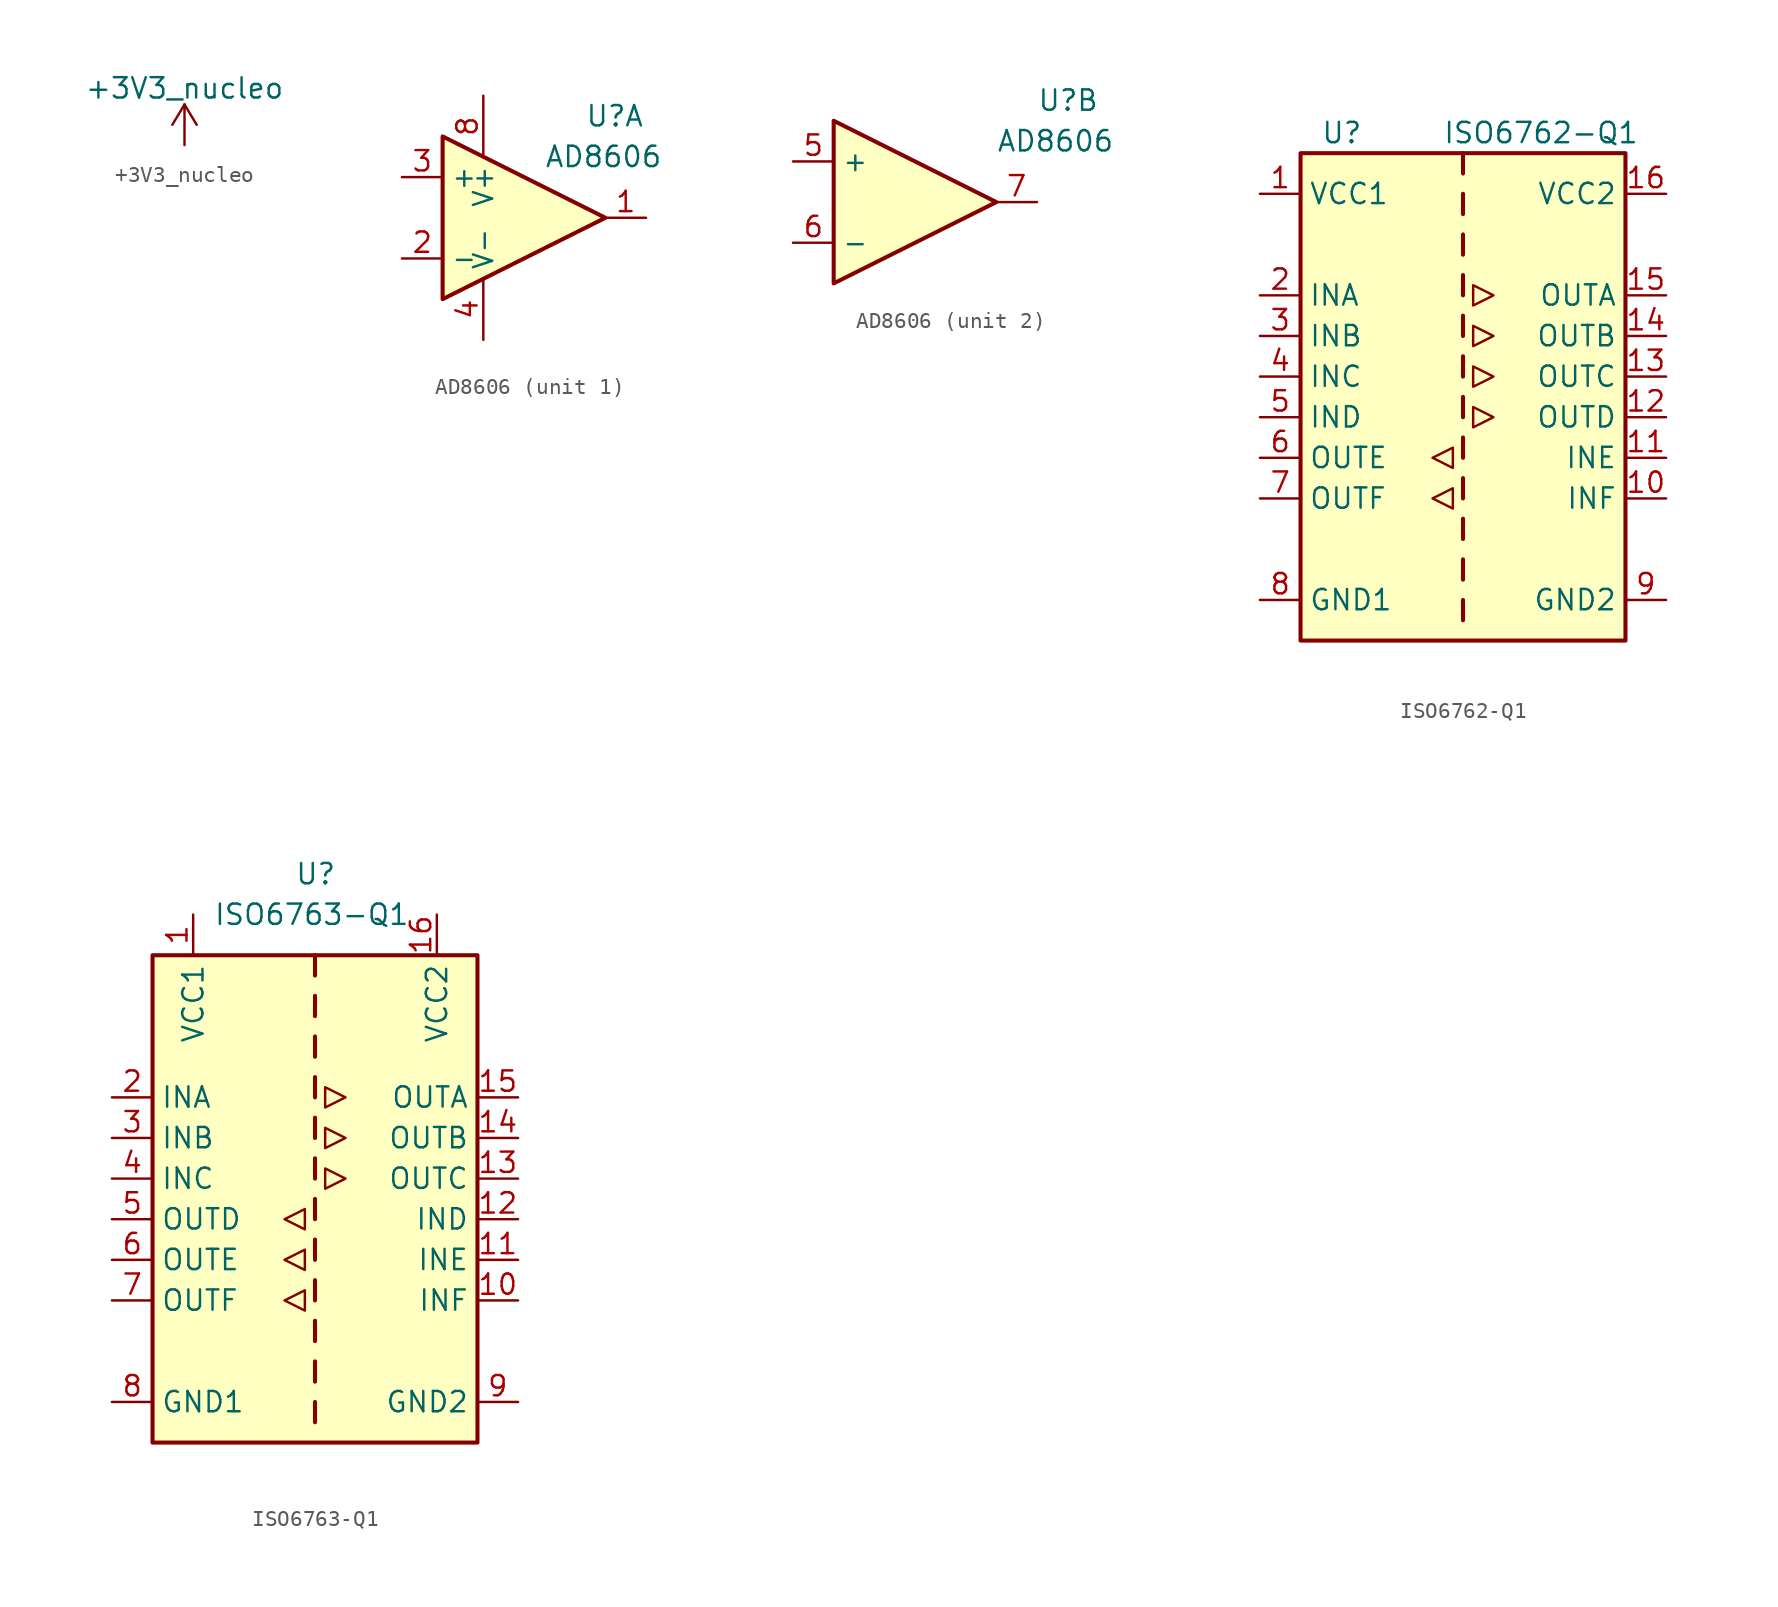
<source format=kicad_sym>
(kicad_symbol_lib
  (version 20220914)
  (generator kicad_symbol_editor)
  (symbol "+3V3_nucleo"
    (power)
    (pin_names
      (offset 0))
    (property "Reference" "#PWR"
      (at 0 -3.81 0)
      (effects (font (size 1.27 1.27)) hide))
    (property "Value" "+3V3_nucleo"
      (at 0 3.556 0)
      (effects (font (size 1.27 1.27))))
    (symbol "+3V3_nucleo_0_1"
      (polyline (pts (xy -0.762 1.27) (xy 0 2.54)) (stroke (width 0) (type default)) (fill (type none)))
      (polyline (pts (xy 0 0) (xy 0 2.54)) (stroke (width 0) (type default)) (fill (type none)))
      (polyline (pts (xy 0 2.54) (xy 0.762 1.27)) (stroke (width 0) (type default)) (fill (type none))))
    (symbol "+3V3_nucleo_1_1"
      (pin power_in line (at 0 0 90) (length 0) hide (name "+3.3V" (effects (font (size 1.27 1.27)))) (number "1" (effects (font (size 1.27 1.27)))))))
  (symbol "AD8606"
    (property "Reference" "U"
      (at 7.62 6.35 0)
      (effects (font (size 1.27 1.27)) (justify left)))
    (property "Value" "AD8606"
      (at 5.08 3.81 0)
      (effects (font (size 1.27 1.27)) (justify left)))
    (property "ki_locked" ""
      (at 0 0 0)
      (effects (font (size 1.27 1.27))))
    (symbol "AD8606_1_1"
      (polyline (pts (xy -1.27 5.08) (xy 8.89 0) (xy -1.27 -5.08) (xy -1.27 5.08)) (stroke (width 0.254) (type default)) (fill (type background)))
      (pin output line (at 11.43 0 180) (length 2.54) (name "~" (effects (font (size 1.27 1.27)))) (number "1" (effects (font (size 1.27 1.27)))))
      (pin input line (at -3.81 -2.54 0) (length 2.54) (name "-" (effects (font (size 1.2 1.2)))) (number "2" (effects (font (size 1.27 1.27)))))
      (pin input line (at -3.81 2.54 0) (length 2.54) (name "+" (effects (font (size 1.2 1.2)))) (number "3" (effects (font (size 1.27 1.27)))))
      (pin power_in line (at 1.27 -7.62 90) (length 3.81) (name "V-" (effects (font (size 1.2 1.2)))) (number "4" (effects (font (size 1.27 1.27)))))
      (pin power_in line (at 1.27 7.62 270) (length 3.81) (name "V+" (effects (font (size 1.2 1.2)))) (number "8" (effects (font (size 1.27 1.27))))))
    (symbol "AD8606_2_1"
      (polyline (pts (xy -5.08 5.08) (xy 5.08 0) (xy -5.08 -5.08) (xy -5.08 5.08)) (stroke (width 0.254) (type default)) (fill (type background)))
      (pin input line (at -7.62 2.54 0) (length 2.54) (name "+" (effects (font (size 1.2 1.2)))) (number "5" (effects (font (size 1.27 1.27)))))
      (pin input line (at -7.62 -2.54 0) (length 2.54) (name "-" (effects (font (size 1.2 1.2)))) (number "6" (effects (font (size 1.27 1.27)))))
      (pin output line (at 7.62 0 180) (length 2.54) (name "~" (effects (font (size 1.27 1.27)))) (number "7" (effects (font (size 1.27 1.27)))))))
  (symbol "ISO6762-Q1"
    (property "Reference" "U"
      (at -8.89 16.51 0)
      (effects (font (size 1.27 1.27)) (justify left)))
    (property "Value" "ISO6762-Q1"
      (at -1.27 16.51 0)
      (effects (font (size 1.27 1.27)) (justify left)))
    (symbol "ISO6762-Q1_0_1"
      (polyline (pts (xy -1.905 -3.81) (xy -0.635 -3.175) (xy -0.635 -4.445) (xy -1.905 -3.81)) (stroke (width 0) (type default)) (fill (type none)))
      (polyline (pts (xy -0.635 -5.715) (xy -0.635 -6.985) (xy -1.905 -6.35) (xy -0.635 -5.715)) (stroke (width 0) (type default)) (fill (type none)))
      (polyline (pts (xy 0.635 4.445) (xy 0.635 3.175) (xy 1.905 3.81) (xy 0.635 4.445)) (stroke (width 0) (type default)) (fill (type none)))
      (polyline (pts (xy 0.635 6.985) (xy 0.635 5.715) (xy 1.905 6.35) (xy 0.635 6.985)) (stroke (width 0) (type default)) (fill (type none)))
      (polyline (pts (xy 1.905 -1.27) (xy 0.635 -0.635) (xy 0.635 -1.905) (xy 1.905 -1.27)) (stroke (width 0) (type default)) (fill (type none)))
      (polyline (pts (xy 1.905 1.27) (xy 0.635 0.635) (xy 0.635 1.905) (xy 1.905 1.27)) (stroke (width 0) (type default)) (fill (type none))))
    (symbol "ISO6762-Q1_1_1"
      (rectangle (start -10.16 15.24) (end 10.16 -15.24) (stroke (width 0.254) (type default)) (fill (type background)))
      (polyline (pts (xy 0 -12.7) (xy 0 -13.97)) (stroke (width 0.254) (type default)) (fill (type none)))
      (polyline (pts (xy 0 -10.16) (xy 0 -11.43)) (stroke (width 0.254) (type default)) (fill (type none)))
      (polyline (pts (xy 0 -7.62) (xy 0 -8.89)) (stroke (width 0.254) (type default)) (fill (type none)))
      (polyline (pts (xy 0 -5.08) (xy 0 -6.35)) (stroke (width 0.254) (type default)) (fill (type none)))
      (polyline (pts (xy 0 -2.54) (xy 0 -3.81)) (stroke (width 0.254) (type default)) (fill (type none)))
      (polyline (pts (xy 0 0) (xy 0 -1.27)) (stroke (width 0.254) (type default)) (fill (type none)))
      (polyline (pts (xy 0 2.54) (xy 0 1.27)) (stroke (width 0.254) (type default)) (fill (type none)))
      (polyline (pts (xy 0 5.08) (xy 0 3.81)) (stroke (width 0.254) (type default)) (fill (type none)))
      (polyline (pts (xy 0 7.62) (xy 0 6.35)) (stroke (width 0.254) (type default)) (fill (type none)))
      (polyline (pts (xy 0 10.16) (xy 0 8.89)) (stroke (width 0.254) (type default)) (fill (type none)))
      (polyline (pts (xy 0 12.7) (xy 0 11.43)) (stroke (width 0.254) (type default)) (fill (type none)))
      (polyline (pts (xy 0 15.24) (xy 0 13.97)) (stroke (width 0.254) (type default)) (fill (type none)))
      (pin power_in line (at -12.7 12.7 0) (length 2.54) (name "VCC1" (effects (font (size 1.27 1.27)))) (number "1" (effects (font (size 1.27 1.27)))))
      (pin output line (at 12.7 -6.35 180) (length 2.54) (name "INF" (effects (font (size 1.27 1.27)))) (number "10" (effects (font (size 1.27 1.27)))))
      (pin input line (at 12.7 -3.81 180) (length 2.54) (name "INE" (effects (font (size 1.27 1.27)))) (number "11" (effects (font (size 1.27 1.27)))))
      (pin output line (at 12.7 -1.27 180) (length 2.54) (name "OUTD" (effects (font (size 1.27 1.27)))) (number "12" (effects (font (size 1.27 1.27)))))
      (pin output line (at 12.7 1.27 180) (length 2.54) (name "OUTC" (effects (font (size 1.27 1.27)))) (number "13" (effects (font (size 1.27 1.27)))))
      (pin output line (at 12.7 3.81 180) (length 2.54) (name "OUTB" (effects (font (size 1.27 1.27)))) (number "14" (effects (font (size 1.27 1.27)))))
      (pin output line (at 12.7 6.35 180) (length 2.54) (name "OUTA" (effects (font (size 1.27 1.27)))) (number "15" (effects (font (size 1.27 1.27)))))
      (pin power_in line (at 12.7 12.7 180) (length 2.54) (name "VCC2" (effects (font (size 1.27 1.27)))) (number "16" (effects (font (size 1.27 1.27)))))
      (pin input line (at -12.7 6.35 0) (length 2.54) (name "INA" (effects (font (size 1.27 1.27)))) (number "2" (effects (font (size 1.27 1.27)))))
      (pin input line (at -12.7 3.81 0) (length 2.54) (name "INB" (effects (font (size 1.27 1.27)))) (number "3" (effects (font (size 1.27 1.27)))))
      (pin input line (at -12.7 1.27 0) (length 2.54) (name "INC" (effects (font (size 1.27 1.27)))) (number "4" (effects (font (size 1.27 1.27)))))
      (pin input line (at -12.7 -1.27 0) (length 2.54) (name "IND" (effects (font (size 1.27 1.27)))) (number "5" (effects (font (size 1.27 1.27)))))
      (pin output line (at -12.7 -3.81 0) (length 2.54) (name "OUTE" (effects (font (size 1.27 1.27)))) (number "6" (effects (font (size 1.27 1.27)))))
      (pin input line (at -12.7 -6.35 0) (length 2.54) (name "OUTF" (effects (font (size 1.27 1.27)))) (number "7" (effects (font (size 1.27 1.27)))))
      (pin power_in line (at -12.7 -12.7 0) (length 2.54) (name "GND1" (effects (font (size 1.27 1.27)))) (number "8" (effects (font (size 1.27 1.27)))))
      (pin power_in line (at 12.7 -12.7 180) (length 2.54) (name "GND2" (effects (font (size 1.27 1.27)))) (number "9" (effects (font (size 1.27 1.27)))))))
  (symbol "ISO6763-Q1"
    (property "Reference" "U"
      (at -1.27 20.32 0)
      (effects (font (size 1.27 1.27)) (justify left)))
    (property "Value" "ISO6763-Q1"
      (at -6.35 17.78 0)
      (effects (font (size 1.27 1.27)) (justify left)))
    (symbol "ISO6763-Q1_0_1"
      (polyline (pts (xy -1.905 -3.81) (xy -0.635 -3.175) (xy -0.635 -4.445) (xy -1.905 -3.81)) (stroke (width 0) (type default)) (fill (type none)))
      (polyline (pts (xy -1.905 -1.27) (xy -0.635 -1.905) (xy -0.635 -0.635) (xy -1.905 -1.27)) (stroke (width 0) (type default)) (fill (type none)))
      (polyline (pts (xy -0.635 -5.715) (xy -0.635 -6.985) (xy -1.905 -6.35) (xy -0.635 -5.715)) (stroke (width 0) (type default)) (fill (type none)))
      (polyline (pts (xy 0.635 4.445) (xy 0.635 3.175) (xy 1.905 3.81) (xy 0.635 4.445)) (stroke (width 0) (type default)) (fill (type none)))
      (polyline (pts (xy 0.635 6.985) (xy 0.635 5.715) (xy 1.905 6.35) (xy 0.635 6.985)) (stroke (width 0) (type default)) (fill (type none)))
      (polyline (pts (xy 1.905 1.27) (xy 0.635 0.635) (xy 0.635 1.905) (xy 1.905 1.27)) (stroke (width 0) (type default)) (fill (type none))))
    (symbol "ISO6763-Q1_1_1"
      (rectangle (start -10.16 15.24) (end 10.16 -15.24) (stroke (width 0.254) (type default)) (fill (type background)))
      (polyline (pts (xy 0 -12.7) (xy 0 -13.97)) (stroke (width 0.254) (type default)) (fill (type none)))
      (polyline (pts (xy 0 -10.16) (xy 0 -11.43)) (stroke (width 0.254) (type default)) (fill (type none)))
      (polyline (pts (xy 0 -7.62) (xy 0 -8.89)) (stroke (width 0.254) (type default)) (fill (type none)))
      (polyline (pts (xy 0 -5.08) (xy 0 -6.35)) (stroke (width 0.254) (type default)) (fill (type none)))
      (polyline (pts (xy 0 -2.54) (xy 0 -3.81)) (stroke (width 0.254) (type default)) (fill (type none)))
      (polyline (pts (xy 0 0) (xy 0 -1.27)) (stroke (width 0.254) (type default)) (fill (type none)))
      (polyline (pts (xy 0 2.54) (xy 0 1.27)) (stroke (width 0.254) (type default)) (fill (type none)))
      (polyline (pts (xy 0 5.08) (xy 0 3.81)) (stroke (width 0.254) (type default)) (fill (type none)))
      (polyline (pts (xy 0 7.62) (xy 0 6.35)) (stroke (width 0.254) (type default)) (fill (type none)))
      (polyline (pts (xy 0 10.16) (xy 0 8.89)) (stroke (width 0.254) (type default)) (fill (type none)))
      (polyline (pts (xy 0 12.7) (xy 0 11.43)) (stroke (width 0.254) (type default)) (fill (type none)))
      (polyline (pts (xy 0 15.24) (xy 0 13.97)) (stroke (width 0.254) (type default)) (fill (type none)))
      (pin power_in line (at -7.62 17.78 270) (length 2.54) (name "VCC1" (effects (font (size 1.27 1.27)))) (number "1" (effects (font (size 1.27 1.27)))))
      (pin output line (at 12.7 -6.35 180) (length 2.54) (name "INF" (effects (font (size 1.27 1.27)))) (number "10" (effects (font (size 1.27 1.27)))))
      (pin input line (at 12.7 -3.81 180) (length 2.54) (name "INE" (effects (font (size 1.27 1.27)))) (number "11" (effects (font (size 1.27 1.27)))))
      (pin output line (at 12.7 -1.27 180) (length 2.54) (name "IND" (effects (font (size 1.27 1.27)))) (number "12" (effects (font (size 1.27 1.27)))))
      (pin output line (at 12.7 1.27 180) (length 2.54) (name "OUTC" (effects (font (size 1.27 1.27)))) (number "13" (effects (font (size 1.27 1.27)))))
      (pin output line (at 12.7 3.81 180) (length 2.54) (name "OUTB" (effects (font (size 1.27 1.27)))) (number "14" (effects (font (size 1.27 1.27)))))
      (pin output line (at 12.7 6.35 180) (length 2.54) (name "OUTA" (effects (font (size 1.27 1.27)))) (number "15" (effects (font (size 1.27 1.27)))))
      (pin power_in line (at 7.62 17.78 270) (length 2.54) (name "VCC2" (effects (font (size 1.27 1.27)))) (number "16" (effects (font (size 1.27 1.27)))))
      (pin input line (at -12.7 6.35 0) (length 2.54) (name "INA" (effects (font (size 1.27 1.27)))) (number "2" (effects (font (size 1.27 1.27)))))
      (pin input line (at -12.7 3.81 0) (length 2.54) (name "INB" (effects (font (size 1.27 1.27)))) (number "3" (effects (font (size 1.27 1.27)))))
      (pin input line (at -12.7 1.27 0) (length 2.54) (name "INC" (effects (font (size 1.27 1.27)))) (number "4" (effects (font (size 1.27 1.27)))))
      (pin input line (at -12.7 -1.27 0) (length 2.54) (name "OUTD" (effects (font (size 1.27 1.27)))) (number "5" (effects (font (size 1.27 1.27)))))
      (pin output line (at -12.7 -3.81 0) (length 2.54) (name "OUTE" (effects (font (size 1.27 1.27)))) (number "6" (effects (font (size 1.27 1.27)))))
      (pin input line (at -12.7 -6.35 0) (length 2.54) (name "OUTF" (effects (font (size 1.27 1.27)))) (number "7" (effects (font (size 1.27 1.27)))))
      (pin power_in line (at -12.7 -12.7 0) (length 2.54) (name "GND1" (effects (font (size 1.27 1.27)))) (number "8" (effects (font (size 1.27 1.27)))))
      (pin power_in line (at 12.7 -12.7 180) (length 2.54) (name "GND2" (effects (font (size 1.27 1.27)))) (number "9" (effects (font (size 1.27 1.27))))))))
</source>
